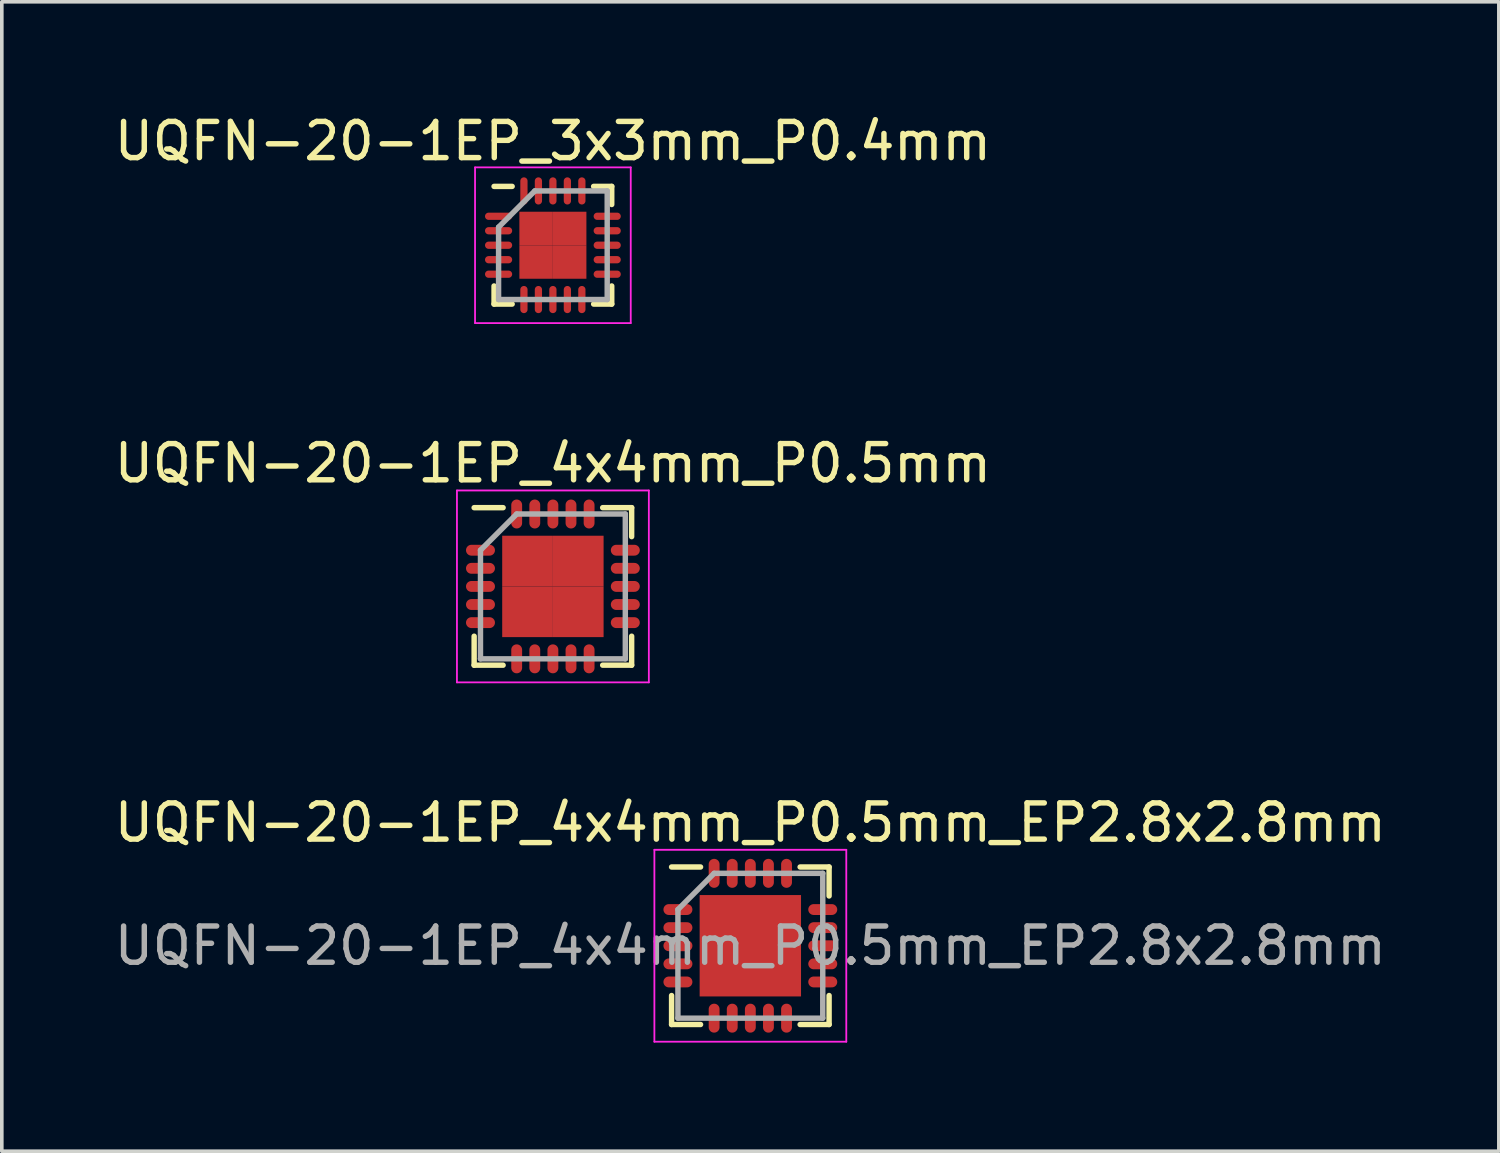
<source format=kicad_pcb>
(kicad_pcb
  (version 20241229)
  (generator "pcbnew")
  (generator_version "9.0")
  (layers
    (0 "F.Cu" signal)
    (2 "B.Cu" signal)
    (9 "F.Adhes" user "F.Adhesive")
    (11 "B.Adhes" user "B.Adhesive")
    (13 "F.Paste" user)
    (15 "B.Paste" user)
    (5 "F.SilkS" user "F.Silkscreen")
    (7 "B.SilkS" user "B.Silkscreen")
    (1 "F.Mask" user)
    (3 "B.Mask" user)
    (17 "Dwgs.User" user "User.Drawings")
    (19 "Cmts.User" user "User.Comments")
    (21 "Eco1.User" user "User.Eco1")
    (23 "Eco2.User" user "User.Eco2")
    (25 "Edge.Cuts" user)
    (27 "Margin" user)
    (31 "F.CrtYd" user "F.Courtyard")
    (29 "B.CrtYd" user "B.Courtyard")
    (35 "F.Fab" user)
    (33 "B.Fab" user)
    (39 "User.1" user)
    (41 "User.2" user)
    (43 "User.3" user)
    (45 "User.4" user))
  (footprint "UQFN-20-1EP_3x3mm_P0.4mm"
    (layer "F.Cu")
    (at 12.22 3.723)
    (property "Reference" "UQFN-20-1EP_3x3mm_P0.4mm" (at 0 -2.875 0) (layer "F.SilkS") (effects (font (size 1 1) (thickness 0.15))))
    (attr smd)
    (fp_line (start -1.625 -1.625) (end -1.125 -1.625) (stroke (width 0.15) (type solid)) (layer "F.SilkS"))
    (fp_line (start -1.625 1.625) (end -1.625 1.125) (stroke (width 0.15) (type solid)) (layer "F.SilkS"))
    (fp_line (start -1.625 1.625) (end -1.125 1.625) (stroke (width 0.15) (type solid)) (layer "F.SilkS"))
    (fp_line (start 1.625 -1.625) (end 1.125 -1.625) (stroke (width 0.15) (type solid)) (layer "F.SilkS"))
    (fp_line (start 1.625 -1.625) (end 1.625 -1.125) (stroke (width 0.15) (type solid)) (layer "F.SilkS"))
    (fp_line (start 1.625 1.625) (end 1.125 1.625) (stroke (width 0.15) (type solid)) (layer "F.SilkS"))
    (fp_line (start 1.625 1.625) (end 1.625 1.125) (stroke (width 0.15) (type solid)) (layer "F.SilkS"))
    (fp_line (start -2.15 -2.15) (end -2.15 2.15) (stroke (width 0.05) (type solid)) (layer "F.CrtYd"))
    (fp_line (start -2.15 -2.15) (end 2.15 -2.15) (stroke (width 0.05) (type solid)) (layer "F.CrtYd"))
    (fp_line (start -2.15 2.15) (end 2.15 2.15) (stroke (width 0.05) (type solid)) (layer "F.CrtYd"))
    (fp_line (start 2.15 -2.15) (end 2.15 2.15) (stroke (width 0.05) (type solid)) (layer "F.CrtYd"))
    (fp_line (start -1.5 -0.5) (end -0.5 -1.5) (stroke (width 0.15) (type solid)) (layer "F.Fab"))
    (fp_line (start -1.5 1.5) (end -1.5 -0.5) (stroke (width 0.15) (type solid)) (layer "F.Fab"))
    (fp_line (start -0.5 -1.5) (end 1.5 -1.5) (stroke (width 0.15) (type solid)) (layer "F.Fab"))
    (fp_line (start 1.5 -1.5) (end 1.5 1.5) (stroke (width 0.15) (type solid)) (layer "F.Fab"))
    (fp_line (start 1.5 1.5) (end -1.5 1.5) (stroke (width 0.15) (type solid)) (layer "F.Fab"))
    (pad "1" smd oval (at -1.5 -0.8) (size 0.75 0.2) (layers "F.Cu" "F.Mask" "F.Paste"))
    (pad "2" smd oval (at -1.5 -0.4) (size 0.75 0.2) (layers "F.Cu" "F.Mask" "F.Paste"))
    (pad "3" smd oval (at -1.5 0) (size 0.75 0.2) (layers "F.Cu" "F.Mask" "F.Paste"))
    (pad "4" smd oval (at -1.5 0.4) (size 0.75 0.2) (layers "F.Cu" "F.Mask" "F.Paste"))
    (pad "5" smd oval (at -1.5 0.8) (size 0.75 0.2) (layers "F.Cu" "F.Mask" "F.Paste"))
    (pad "6" smd oval (at -0.8 1.5 90) (size 0.75 0.2) (layers "F.Cu" "F.Mask" "F.Paste"))
    (pad "7" smd oval (at -0.4 1.5 90) (size 0.75 0.2) (layers "F.Cu" "F.Mask" "F.Paste"))
    (pad "8" smd oval (at 0 1.5 90) (size 0.75 0.2) (layers "F.Cu" "F.Mask" "F.Paste"))
    (pad "9" smd oval (at 0.4 1.5 90) (size 0.75 0.2) (layers "F.Cu" "F.Mask" "F.Paste"))
    (pad "10" smd oval (at 0.8 1.5 90) (size 0.75 0.2) (layers "F.Cu" "F.Mask" "F.Paste"))
    (pad "11" smd oval (at 1.5 0.8) (size 0.75 0.2) (layers "F.Cu" "F.Mask" "F.Paste"))
    (pad "12" smd oval (at 1.5 0.4) (size 0.75 0.2) (layers "F.Cu" "F.Mask" "F.Paste"))
    (pad "13" smd oval (at 1.5 0) (size 0.75 0.2) (layers "F.Cu" "F.Mask" "F.Paste"))
    (pad "14" smd oval (at 1.5 -0.4) (size 0.75 0.2) (layers "F.Cu" "F.Mask" "F.Paste"))
    (pad "15" smd oval (at 1.5 -0.8) (size 0.75 0.2) (layers "F.Cu" "F.Mask" "F.Paste"))
    (pad "16" smd oval (at 0.8 -1.5 90) (size 0.75 0.2) (layers "F.Cu" "F.Mask" "F.Paste"))
    (pad "17" smd oval (at 0.4 -1.5 90) (size 0.75 0.2) (layers "F.Cu" "F.Mask" "F.Paste"))
    (pad "18" smd oval (at 0 -1.5 90) (size 0.75 0.2) (layers "F.Cu" "F.Mask" "F.Paste"))
    (pad "19" smd oval (at -0.4 -1.5 90) (size 0.75 0.2) (layers "F.Cu" "F.Mask" "F.Paste"))
    (pad "20" smd oval (at -0.8 -1.5 90) (size 0.75 0.2) (layers "F.Cu" "F.Mask" "F.Paste"))
    (pad "21" smd rect (at -0.463 -0.463) (size 0.925 0.925) (layers "F.Cu" "F.Mask" "F.Paste"))
    (pad "21" smd rect (at -0.463 0.463) (size 0.925 0.925) (layers "F.Cu" "F.Mask" "F.Paste"))
    (pad "21" smd rect (at 0.463 -0.463) (size 0.925 0.925) (layers "F.Cu" "F.Mask" "F.Paste"))
    (pad "21" smd rect (at 0.463 0.463) (size 0.925 0.925) (layers "F.Cu" "F.Mask" "F.Paste")))
  (footprint "UQFN-20-1EP_4x4mm_P0.5mm"
    (layer "F.Cu")
    (at 12.22 13.146)
    (property "Reference" "UQFN-20-1EP_4x4mm_P0.5mm" (at 0 -3.4 0) (layer "F.SilkS") (effects (font (size 1 1) (thickness 0.15))))
    (attr smd)
    (fp_line (start -2.175 -2.175) (end -1.375 -2.175) (stroke (width 0.15) (type solid)) (layer "F.SilkS"))
    (fp_line (start -2.175 2.175) (end -2.175 1.375) (stroke (width 0.15) (type solid)) (layer "F.SilkS"))
    (fp_line (start -2.175 2.175) (end -1.375 2.175) (stroke (width 0.15) (type solid)) (layer "F.SilkS"))
    (fp_line (start 2.175 -2.175) (end 1.375 -2.175) (stroke (width 0.15) (type solid)) (layer "F.SilkS"))
    (fp_line (start 2.175 -2.175) (end 2.175 -1.375) (stroke (width 0.15) (type solid)) (layer "F.SilkS"))
    (fp_line (start 2.175 2.175) (end 1.375 2.175) (stroke (width 0.15) (type solid)) (layer "F.SilkS"))
    (fp_line (start 2.175 2.175) (end 2.175 1.375) (stroke (width 0.15) (type solid)) (layer "F.SilkS"))
    (fp_line (start -2.65 -2.65) (end -2.65 2.65) (stroke (width 0.05) (type solid)) (layer "F.CrtYd"))
    (fp_line (start -2.65 -2.65) (end 2.65 -2.65) (stroke (width 0.05) (type solid)) (layer "F.CrtYd"))
    (fp_line (start -2.65 2.65) (end 2.65 2.65) (stroke (width 0.05) (type solid)) (layer "F.CrtYd"))
    (fp_line (start 2.65 -2.65) (end 2.65 2.65) (stroke (width 0.05) (type solid)) (layer "F.CrtYd"))
    (fp_line (start -2 -1) (end -1 -2) (stroke (width 0.15) (type solid)) (layer "F.Fab"))
    (fp_line (start -2 2) (end -2 -1) (stroke (width 0.15) (type solid)) (layer "F.Fab"))
    (fp_line (start -1 -2) (end 2 -2) (stroke (width 0.15) (type solid)) (layer "F.Fab"))
    (fp_line (start 2 -2) (end 2 2) (stroke (width 0.15) (type solid)) (layer "F.Fab"))
    (fp_line (start 2 2) (end -2 2) (stroke (width 0.15) (type solid)) (layer "F.Fab"))
    (pad "1" smd oval (at -2 -1) (size 0.8 0.3) (layers "F.Cu" "F.Mask" "F.Paste"))
    (pad "2" smd oval (at -2 -0.5) (size 0.8 0.3) (layers "F.Cu" "F.Mask" "F.Paste"))
    (pad "3" smd oval (at -2 0) (size 0.8 0.3) (layers "F.Cu" "F.Mask" "F.Paste"))
    (pad "4" smd oval (at -2 0.5) (size 0.8 0.3) (layers "F.Cu" "F.Mask" "F.Paste"))
    (pad "5" smd oval (at -2 1) (size 0.8 0.3) (layers "F.Cu" "F.Mask" "F.Paste"))
    (pad "6" smd oval (at -1 2 90) (size 0.8 0.3) (layers "F.Cu" "F.Mask" "F.Paste"))
    (pad "7" smd oval (at -0.5 2 90) (size 0.8 0.3) (layers "F.Cu" "F.Mask" "F.Paste"))
    (pad "8" smd oval (at 0 2 90) (size 0.8 0.3) (layers "F.Cu" "F.Mask" "F.Paste"))
    (pad "9" smd oval (at 0.5 2 90) (size 0.8 0.3) (layers "F.Cu" "F.Mask" "F.Paste"))
    (pad "10" smd oval (at 1 2 90) (size 0.8 0.3) (layers "F.Cu" "F.Mask" "F.Paste"))
    (pad "11" smd oval (at 2 1) (size 0.8 0.3) (layers "F.Cu" "F.Mask" "F.Paste"))
    (pad "12" smd oval (at 2 0.5) (size 0.8 0.3) (layers "F.Cu" "F.Mask" "F.Paste"))
    (pad "13" smd oval (at 2 0) (size 0.8 0.3) (layers "F.Cu" "F.Mask" "F.Paste"))
    (pad "14" smd oval (at 2 -0.5) (size 0.8 0.3) (layers "F.Cu" "F.Mask" "F.Paste"))
    (pad "15" smd oval (at 2 -1) (size 0.8 0.3) (layers "F.Cu" "F.Mask" "F.Paste"))
    (pad "16" smd oval (at 1 -2 90) (size 0.8 0.3) (layers "F.Cu" "F.Mask" "F.Paste"))
    (pad "17" smd oval (at 0.5 -2 90) (size 0.8 0.3) (layers "F.Cu" "F.Mask" "F.Paste"))
    (pad "18" smd oval (at 0 -2 90) (size 0.8 0.3) (layers "F.Cu" "F.Mask" "F.Paste"))
    (pad "19" smd oval (at -0.5 -2 90) (size 0.8 0.3) (layers "F.Cu" "F.Mask" "F.Paste"))
    (pad "20" smd oval (at -1 -2 90) (size 0.8 0.3) (layers "F.Cu" "F.Mask" "F.Paste"))
    (pad "21" smd rect (at -0.7 -0.7) (size 1.4 1.4) (layers "F.Cu" "F.Mask" "F.Paste"))
    (pad "21" smd rect (at -0.7 0.7) (size 1.4 1.4) (layers "F.Cu" "F.Mask" "F.Paste"))
    (pad "21" smd rect (at 0.7 -0.7) (size 1.4 1.4) (layers "F.Cu" "F.Mask" "F.Paste"))
    (pad "21" smd rect (at 0.7 0.7) (size 1.4 1.4) (layers "F.Cu" "F.Mask" "F.Paste")))
  (footprint "UQFN-20-1EP_4x4mm_P0.5mm_EP2.8x2.8mm"
    (layer "F.Cu")
    (at 17.673 23.07)
    (property "Reference" "UQFN-20-1EP_4x4mm_P0.5mm_EP2.8x2.8mm" (at 0 -3.4 0) (layer "F.SilkS") (effects (font (size 1 1) (thickness 0.15))))
    (attr smd)
    (fp_line (start -2.175 -2.175) (end -1.375 -2.175) (stroke (width 0.15) (type solid)) (layer "F.SilkS"))
    (fp_line (start -2.175 2.175) (end -2.175 1.375) (stroke (width 0.15) (type solid)) (layer "F.SilkS"))
    (fp_line (start -2.175 2.175) (end -1.375 2.175) (stroke (width 0.15) (type solid)) (layer "F.SilkS"))
    (fp_line (start 2.175 -2.175) (end 1.375 -2.175) (stroke (width 0.15) (type solid)) (layer "F.SilkS"))
    (fp_line (start 2.175 -2.175) (end 2.175 -1.375) (stroke (width 0.15) (type solid)) (layer "F.SilkS"))
    (fp_line (start 2.175 2.175) (end 1.375 2.175) (stroke (width 0.15) (type solid)) (layer "F.SilkS"))
    (fp_line (start 2.175 2.175) (end 2.175 1.375) (stroke (width 0.15) (type solid)) (layer "F.SilkS"))
    (fp_line (start -2.65 -2.65) (end -2.65 2.65) (stroke (width 0.05) (type solid)) (layer "F.CrtYd"))
    (fp_line (start -2.65 -2.65) (end 2.65 -2.65) (stroke (width 0.05) (type solid)) (layer "F.CrtYd"))
    (fp_line (start -2.65 2.65) (end 2.65 2.65) (stroke (width 0.05) (type solid)) (layer "F.CrtYd"))
    (fp_line (start 2.65 -2.65) (end 2.65 2.65) (stroke (width 0.05) (type solid)) (layer "F.CrtYd"))
    (fp_line (start -2 -1) (end -1 -2) (stroke (width 0.15) (type solid)) (layer "F.Fab"))
    (fp_line (start -2 2) (end -2 -1) (stroke (width 0.15) (type solid)) (layer "F.Fab"))
    (fp_line (start -1 -2) (end 2 -2) (stroke (width 0.15) (type solid)) (layer "F.Fab"))
    (fp_line (start 2 -2) (end 2 2) (stroke (width 0.15) (type solid)) (layer "F.Fab"))
    (fp_line (start 2 2) (end -2 2) (stroke (width 0.15) (type solid)) (layer "F.Fab"))
    (fp_text user "${REFERENCE}" (at 0 0 0) (layer "F.Fab") (effects (font (size 1 1) (thickness 0.15))))
    (pad "" smd rect (at -0.7 0.7) (size 1.13 1.13) (layers "F.Paste"))
    (pad "" smd rect (at -0.7 0.7) (size 1.13 1.13) (layers "F.Paste"))
    (pad "" smd rect (at 0.7 0.7) (size 1.13 1.13) (layers "F.Paste"))
    (pad "" smd rect (at 0.7 0.7) (size 1.13 1.13) (layers "F.Paste"))
    (pad "1" smd oval (at -2 -1) (size 0.8 0.3) (layers "F.Cu" "F.Mask" "F.Paste"))
    (pad "2" smd oval (at -2 -0.5) (size 0.8 0.3) (layers "F.Cu" "F.Mask" "F.Paste"))
    (pad "3" smd oval (at -2 0) (size 0.8 0.3) (layers "F.Cu" "F.Mask" "F.Paste"))
    (pad "4" smd oval (at -2 0.5) (size 0.8 0.3) (layers "F.Cu" "F.Mask" "F.Paste"))
    (pad "5" smd oval (at -2 1) (size 0.8 0.3) (layers "F.Cu" "F.Mask" "F.Paste"))
    (pad "6" smd oval (at -1 2 90) (size 0.8 0.3) (layers "F.Cu" "F.Mask" "F.Paste"))
    (pad "7" smd oval (at -0.5 2 90) (size 0.8 0.3) (layers "F.Cu" "F.Mask" "F.Paste"))
    (pad "8" smd oval (at 0 2 90) (size 0.8 0.3) (layers "F.Cu" "F.Mask" "F.Paste"))
    (pad "9" smd oval (at 0.5 2 90) (size 0.8 0.3) (layers "F.Cu" "F.Mask" "F.Paste"))
    (pad "10" smd oval (at 1 2 90) (size 0.8 0.3) (layers "F.Cu" "F.Mask" "F.Paste"))
    (pad "11" smd oval (at 2 1) (size 0.8 0.3) (layers "F.Cu" "F.Mask" "F.Paste"))
    (pad "12" smd oval (at 2 0.5) (size 0.8 0.3) (layers "F.Cu" "F.Mask" "F.Paste"))
    (pad "13" smd oval (at 2 0) (size 0.8 0.3) (layers "F.Cu" "F.Mask" "F.Paste"))
    (pad "14" smd oval (at 2 -0.5) (size 0.8 0.3) (layers "F.Cu" "F.Mask" "F.Paste"))
    (pad "15" smd oval (at 2 -1) (size 0.8 0.3) (layers "F.Cu" "F.Mask" "F.Paste"))
    (pad "16" smd oval (at 1 -2 90) (size 0.8 0.3) (layers "F.Cu" "F.Mask" "F.Paste"))
    (pad "17" smd oval (at 0.5 -2 90) (size 0.8 0.3) (layers "F.Cu" "F.Mask" "F.Paste"))
    (pad "18" smd oval (at 0 -2 90) (size 0.8 0.3) (layers "F.Cu" "F.Mask" "F.Paste"))
    (pad "19" smd oval (at -0.5 -2 90) (size 0.8 0.3) (layers "F.Cu" "F.Mask" "F.Paste"))
    (pad "20" smd oval (at -1 -2 90) (size 0.8 0.3) (layers "F.Cu" "F.Mask" "F.Paste"))
    (pad "21" smd rect (at 0 0) (size 2.8 2.8) (layers "F.Cu" "F.Mask" "F.Paste")))
  (gr_rect
    (start -3 -3)
    (end 38.345 28.745)
    (stroke (width 0.1) (type default))
    (fill no)
    (layer "Edge.Cuts")))
</source>
